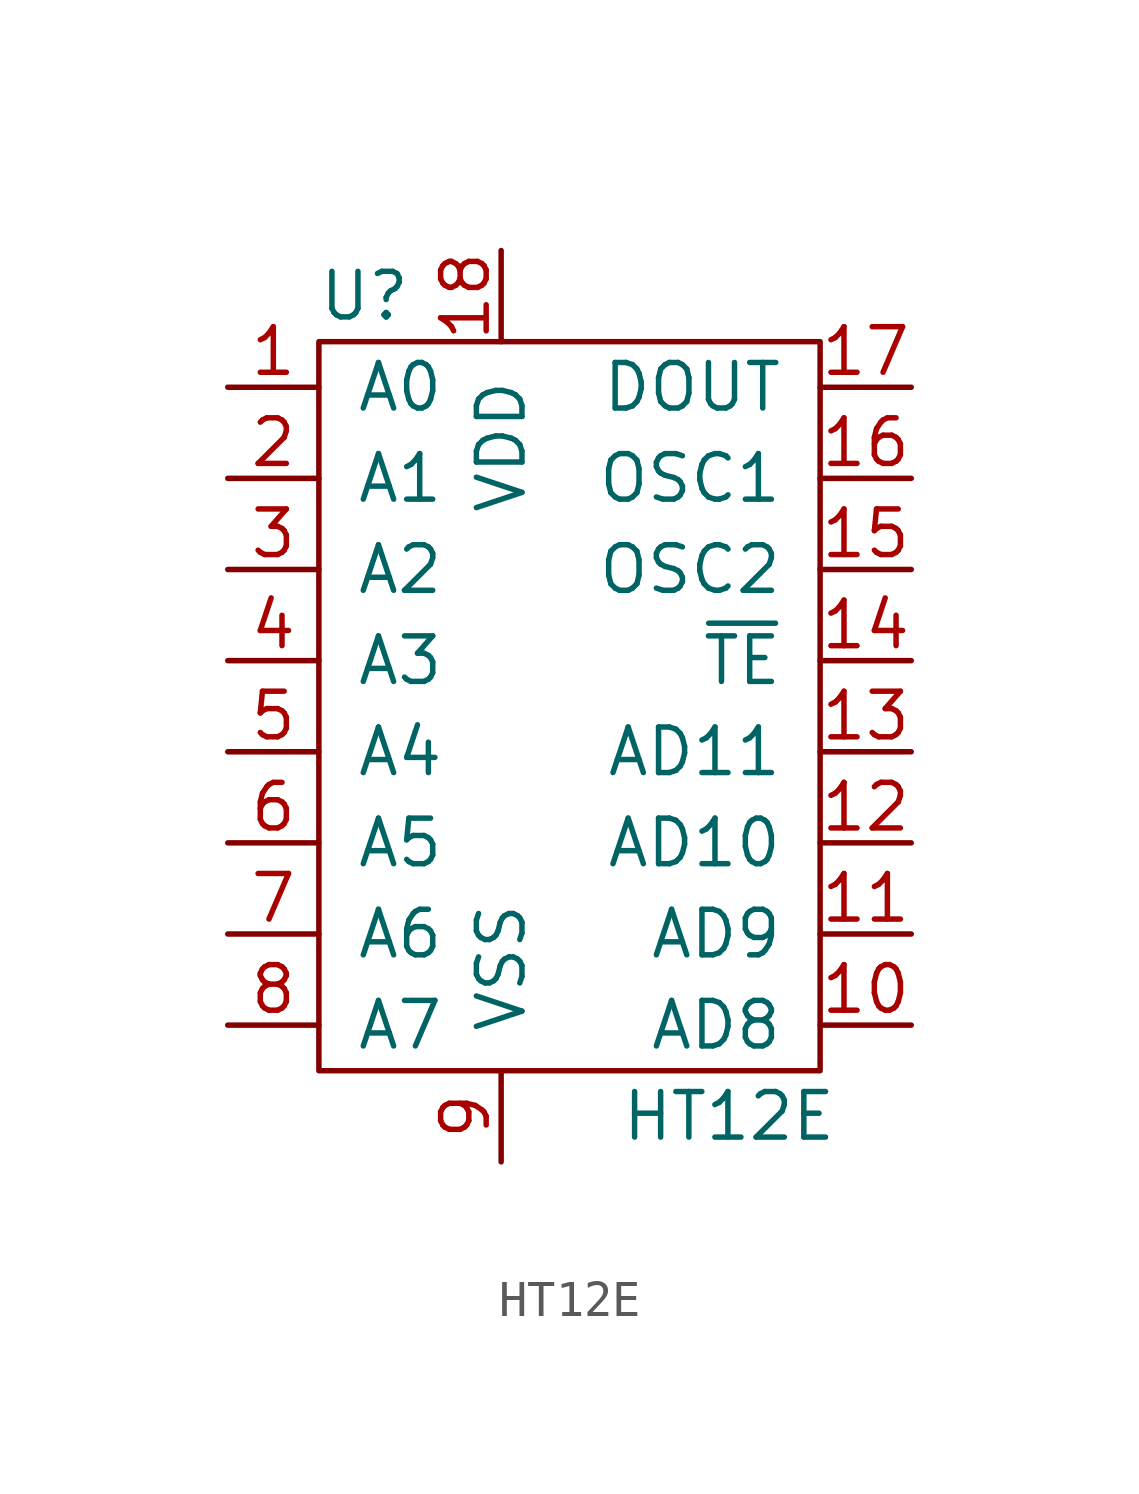
<source format=kicad_sym>
(kicad_symbol_lib
  (version 20211014)
  (generator kicad_symbol_editor)
  (symbol "HT12E"
    (pin_names
      (offset 1.016))
    (property "Reference" "U"
      (at -1.27 11.43 0)
      (effects (font (size 1.27 1.27))))
    (property "Value" "HT12E"
      (at 8.89 -11.43 0)
      (effects (font (size 1.27 1.27))))
    (symbol "HT12E_0_1"
      (rectangle (start -2.54 10.16) (end 11.43 -10.16) (stroke (width 0) (type default) (color 0 0 0 0)) (fill (type none))))
    (symbol "HT12E_1_1"
      (pin input line (at -5.08 8.89 0) (length 2.54) (name "A0" (effects (font (size 1.27 1.27)))) (number "1" (effects (font (size 1.27 1.27)))))
      (pin input line (at 13.97 -8.89 180) (length 2.54) (name "AD8" (effects (font (size 1.27 1.27)))) (number "10" (effects (font (size 1.27 1.27)))))
      (pin input line (at 13.97 -6.35 180) (length 2.54) (name "AD9" (effects (font (size 1.27 1.27)))) (number "11" (effects (font (size 1.27 1.27)))))
      (pin input line (at 13.97 -3.81 180) (length 2.54) (name "AD10" (effects (font (size 1.27 1.27)))) (number "12" (effects (font (size 1.27 1.27)))))
      (pin input line (at 13.97 -1.27 180) (length 2.54) (name "AD11" (effects (font (size 1.27 1.27)))) (number "13" (effects (font (size 1.27 1.27)))))
      (pin input line (at 13.97 1.27 180) (length 2.54) (name "~{TE}" (effects (font (size 1.27 1.27)))) (number "14" (effects (font (size 1.27 1.27)))))
      (pin input line (at 13.97 3.81 180) (length 2.54) (name "OSC2" (effects (font (size 1.27 1.27)))) (number "15" (effects (font (size 1.27 1.27)))))
      (pin input line (at 13.97 6.35 180) (length 2.54) (name "OSC1" (effects (font (size 1.27 1.27)))) (number "16" (effects (font (size 1.27 1.27)))))
      (pin input line (at 13.97 8.89 180) (length 2.54) (name "DOUT" (effects (font (size 1.27 1.27)))) (number "17" (effects (font (size 1.27 1.27)))))
      (pin input line (at 2.54 12.7 270) (length 2.54) (name "VDD" (effects (font (size 1.27 1.27)))) (number "18" (effects (font (size 1.27 1.27)))))
      (pin input line (at -5.08 6.35 0) (length 2.54) (name "A1" (effects (font (size 1.27 1.27)))) (number "2" (effects (font (size 1.27 1.27)))))
      (pin input line (at -5.08 3.81 0) (length 2.54) (name "A2" (effects (font (size 1.27 1.27)))) (number "3" (effects (font (size 1.27 1.27)))))
      (pin input line (at -5.08 1.27 0) (length 2.54) (name "A3" (effects (font (size 1.27 1.27)))) (number "4" (effects (font (size 1.27 1.27)))))
      (pin input line (at -5.08 -1.27 0) (length 2.54) (name "A4" (effects (font (size 1.27 1.27)))) (number "5" (effects (font (size 1.27 1.27)))))
      (pin input line (at -5.08 -3.81 0) (length 2.54) (name "A5" (effects (font (size 1.27 1.27)))) (number "6" (effects (font (size 1.27 1.27)))))
      (pin input line (at -5.08 -6.35 0) (length 2.54) (name "A6" (effects (font (size 1.27 1.27)))) (number "7" (effects (font (size 1.27 1.27)))))
      (pin input line (at -5.08 -8.89 0) (length 2.54) (name "A7" (effects (font (size 1.27 1.27)))) (number "8" (effects (font (size 1.27 1.27)))))
      (pin input line (at 2.54 -12.7 90) (length 2.54) (name "VSS" (effects (font (size 1.27 1.27)))) (number "9" (effects (font (size 1.27 1.27))))))))
</source>
